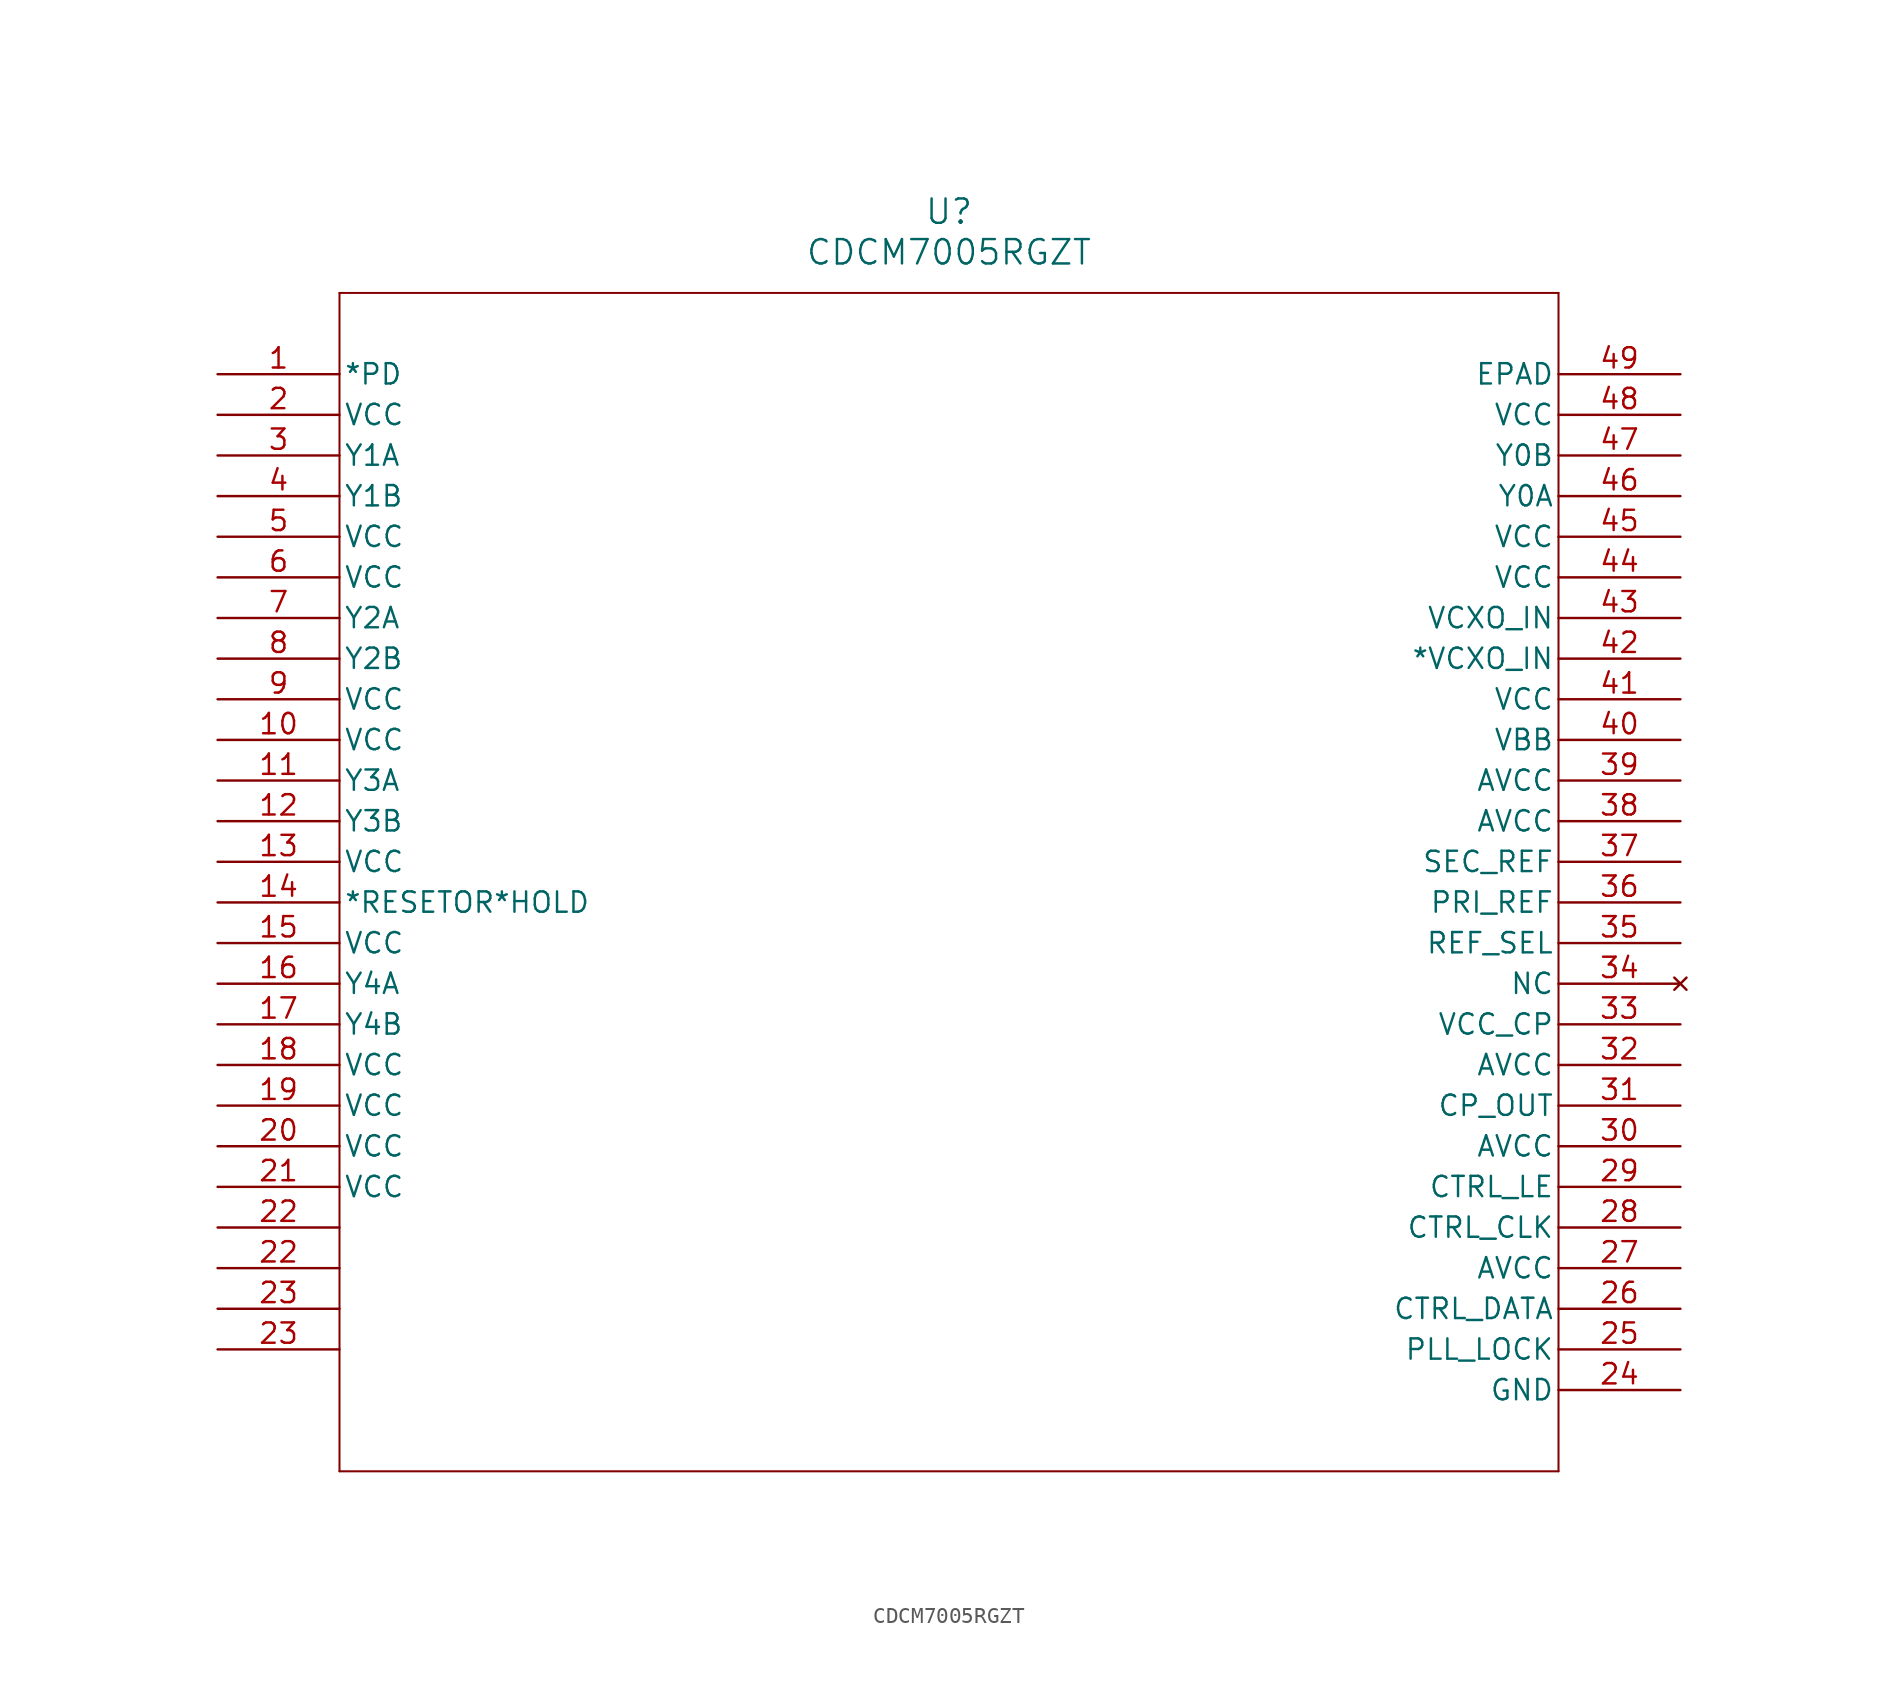
<source format=kicad_sym>
(kicad_symbol_lib
  (version 20220914)
  (generator kicad_symbol_editor)
  (symbol "CDCM7005RGZT"
    (pin_names
      (offset 0.254))
    (property "Reference" "U"
      (at 45.72 10.16 0)
      (effects (font (size 1.524 1.524))))
    (property "Value" "CDCM7005RGZT"
      (at 45.72 7.62 0)
      (effects (font (size 1.524 1.524))))
    (property "ki_locked" ""
      (at 0 0 0)
      (effects (font (size 1.27 1.27))))
    (symbol "CDCM7005RGZT_1_1"
      (polyline (pts (xy 7.62 -68.58) (xy 83.82 -68.58)) (stroke (width 0.127) (type default)) (fill (type none)))
      (polyline (pts (xy 7.62 5.08) (xy 7.62 -68.58)) (stroke (width 0.127) (type default)) (fill (type none)))
      (polyline (pts (xy 83.82 -68.58) (xy 83.82 5.08)) (stroke (width 0.127) (type default)) (fill (type none)))
      (polyline (pts (xy 83.82 5.08) (xy 7.62 5.08)) (stroke (width 0.127) (type default)) (fill (type none)))
      (pin input line (at 0 0 0) (length 7.62) (name "*PD" (effects (font (size 1.27 1.27)))) (number "1" (effects (font (size 1.27 1.27)))))
      (pin power_in line (at 0 -22.86 0) (length 7.62) (name "VCC" (effects (font (size 1.27 1.27)))) (number "10" (effects (font (size 1.27 1.27)))))
      (pin output line (at 0 -25.4 0) (length 7.62) (name "Y3A" (effects (font (size 1.27 1.27)))) (number "11" (effects (font (size 1.27 1.27)))))
      (pin output line (at 0 -27.94 0) (length 7.62) (name "Y3B" (effects (font (size 1.27 1.27)))) (number "12" (effects (font (size 1.27 1.27)))))
      (pin power_in line (at 0 -30.48 0) (length 7.62) (name "VCC" (effects (font (size 1.27 1.27)))) (number "13" (effects (font (size 1.27 1.27)))))
      (pin input line (at 0 -33.02 0) (length 7.62) (name "*RESETOR*HOLD" (effects (font (size 1.27 1.27)))) (number "14" (effects (font (size 1.27 1.27)))))
      (pin power_in line (at 0 -35.56 0) (length 7.62) (name "VCC" (effects (font (size 1.27 1.27)))) (number "15" (effects (font (size 1.27 1.27)))))
      (pin output line (at 0 -38.1 0) (length 7.62) (name "Y4A" (effects (font (size 1.27 1.27)))) (number "16" (effects (font (size 1.27 1.27)))))
      (pin output line (at 0 -40.64 0) (length 7.62) (name "Y4B" (effects (font (size 1.27 1.27)))) (number "17" (effects (font (size 1.27 1.27)))))
      (pin power_in line (at 0 -43.18 0) (length 7.62) (name "VCC" (effects (font (size 1.27 1.27)))) (number "18" (effects (font (size 1.27 1.27)))))
      (pin power_in line (at 0 -45.72 0) (length 7.62) (name "VCC" (effects (font (size 1.27 1.27)))) (number "19" (effects (font (size 1.27 1.27)))))
      (pin power_in line (at 0 -2.54 0) (length 7.62) (name "VCC" (effects (font (size 1.27 1.27)))) (number "2" (effects (font (size 1.27 1.27)))))
      (pin power_in line (at 0 -48.26 0) (length 7.62) (name "VCC" (effects (font (size 1.27 1.27)))) (number "20" (effects (font (size 1.27 1.27)))))
      (pin power_in line (at 0 -50.8 0) (length 7.62) (name "VCC" (effects (font (size 1.27 1.27)))) (number "21" (effects (font (size 1.27 1.27)))))
      (pin unspecified line (at 0 -55.88 0) (length 7.62) (name "" (effects (font (size 1.27 1.27)))) (number "22" (effects (font (size 1.27 1.27)))))
      (pin unspecified line (at 0 -53.34 0) (length 7.62) (name "" (effects (font (size 1.27 1.27)))) (number "22" (effects (font (size 1.27 1.27)))))
      (pin unspecified line (at 0 -60.96 0) (length 7.62) (name "" (effects (font (size 1.27 1.27)))) (number "23" (effects (font (size 1.27 1.27)))))
      (pin unspecified line (at 0 -58.42 0) (length 7.62) (name "" (effects (font (size 1.27 1.27)))) (number "23" (effects (font (size 1.27 1.27)))))
      (pin power_in line (at 91.44 -63.5 180) (length 7.62) (name "GND" (effects (font (size 1.27 1.27)))) (number "24" (effects (font (size 1.27 1.27)))))
      (pin bidirectional line (at 91.44 -60.96 180) (length 7.62) (name "PLL_LOCK" (effects (font (size 1.27 1.27)))) (number "25" (effects (font (size 1.27 1.27)))))
      (pin input line (at 91.44 -58.42 180) (length 7.62) (name "CTRL_DATA" (effects (font (size 1.27 1.27)))) (number "26" (effects (font (size 1.27 1.27)))))
      (pin power_in line (at 91.44 -55.88 180) (length 7.62) (name "AVCC" (effects (font (size 1.27 1.27)))) (number "27" (effects (font (size 1.27 1.27)))))
      (pin input line (at 91.44 -53.34 180) (length 7.62) (name "CTRL_CLK" (effects (font (size 1.27 1.27)))) (number "28" (effects (font (size 1.27 1.27)))))
      (pin input line (at 91.44 -50.8 180) (length 7.62) (name "CTRL_LE" (effects (font (size 1.27 1.27)))) (number "29" (effects (font (size 1.27 1.27)))))
      (pin output line (at 0 -5.08 0) (length 7.62) (name "Y1A" (effects (font (size 1.27 1.27)))) (number "3" (effects (font (size 1.27 1.27)))))
      (pin power_in line (at 91.44 -48.26 180) (length 7.62) (name "AVCC" (effects (font (size 1.27 1.27)))) (number "30" (effects (font (size 1.27 1.27)))))
      (pin output line (at 91.44 -45.72 180) (length 7.62) (name "CP_OUT" (effects (font (size 1.27 1.27)))) (number "31" (effects (font (size 1.27 1.27)))))
      (pin power_in line (at 91.44 -43.18 180) (length 7.62) (name "AVCC" (effects (font (size 1.27 1.27)))) (number "32" (effects (font (size 1.27 1.27)))))
      (pin power_in line (at 91.44 -40.64 180) (length 7.62) (name "VCC_CP" (effects (font (size 1.27 1.27)))) (number "33" (effects (font (size 1.27 1.27)))))
      (pin no_connect line (at 91.44 -38.1 180) (length 7.62) (name "NC" (effects (font (size 1.27 1.27)))) (number "34" (effects (font (size 1.27 1.27)))))
      (pin input line (at 91.44 -35.56 180) (length 7.62) (name "REF_SEL" (effects (font (size 1.27 1.27)))) (number "35" (effects (font (size 1.27 1.27)))))
      (pin input line (at 91.44 -33.02 180) (length 7.62) (name "PRI_REF" (effects (font (size 1.27 1.27)))) (number "36" (effects (font (size 1.27 1.27)))))
      (pin input line (at 91.44 -30.48 180) (length 7.62) (name "SEC_REF" (effects (font (size 1.27 1.27)))) (number "37" (effects (font (size 1.27 1.27)))))
      (pin power_in line (at 91.44 -27.94 180) (length 7.62) (name "AVCC" (effects (font (size 1.27 1.27)))) (number "38" (effects (font (size 1.27 1.27)))))
      (pin power_in line (at 91.44 -25.4 180) (length 7.62) (name "AVCC" (effects (font (size 1.27 1.27)))) (number "39" (effects (font (size 1.27 1.27)))))
      (pin output line (at 0 -7.62 0) (length 7.62) (name "Y1B" (effects (font (size 1.27 1.27)))) (number "4" (effects (font (size 1.27 1.27)))))
      (pin power_in line (at 91.44 -22.86 180) (length 7.62) (name "VBB" (effects (font (size 1.27 1.27)))) (number "40" (effects (font (size 1.27 1.27)))))
      (pin power_in line (at 91.44 -20.32 180) (length 7.62) (name "VCC" (effects (font (size 1.27 1.27)))) (number "41" (effects (font (size 1.27 1.27)))))
      (pin input line (at 91.44 -17.78 180) (length 7.62) (name "*VCXO_IN" (effects (font (size 1.27 1.27)))) (number "42" (effects (font (size 1.27 1.27)))))
      (pin input line (at 91.44 -15.24 180) (length 7.62) (name "VCXO_IN" (effects (font (size 1.27 1.27)))) (number "43" (effects (font (size 1.27 1.27)))))
      (pin power_in line (at 91.44 -12.7 180) (length 7.62) (name "VCC" (effects (font (size 1.27 1.27)))) (number "44" (effects (font (size 1.27 1.27)))))
      (pin power_in line (at 91.44 -10.16 180) (length 7.62) (name "VCC" (effects (font (size 1.27 1.27)))) (number "45" (effects (font (size 1.27 1.27)))))
      (pin output line (at 91.44 -7.62 180) (length 7.62) (name "Y0A" (effects (font (size 1.27 1.27)))) (number "46" (effects (font (size 1.27 1.27)))))
      (pin output line (at 91.44 -5.08 180) (length 7.62) (name "Y0B" (effects (font (size 1.27 1.27)))) (number "47" (effects (font (size 1.27 1.27)))))
      (pin power_in line (at 91.44 -2.54 180) (length 7.62) (name "VCC" (effects (font (size 1.27 1.27)))) (number "48" (effects (font (size 1.27 1.27)))))
      (pin power_in line (at 91.44 0 180) (length 7.62) (name "EPAD" (effects (font (size 1.27 1.27)))) (number "49" (effects (font (size 1.27 1.27)))))
      (pin power_in line (at 0 -10.16 0) (length 7.62) (name "VCC" (effects (font (size 1.27 1.27)))) (number "5" (effects (font (size 1.27 1.27)))))
      (pin power_in line (at 0 -12.7 0) (length 7.62) (name "VCC" (effects (font (size 1.27 1.27)))) (number "6" (effects (font (size 1.27 1.27)))))
      (pin output line (at 0 -15.24 0) (length 7.62) (name "Y2A" (effects (font (size 1.27 1.27)))) (number "7" (effects (font (size 1.27 1.27)))))
      (pin output line (at 0 -17.78 0) (length 7.62) (name "Y2B" (effects (font (size 1.27 1.27)))) (number "8" (effects (font (size 1.27 1.27)))))
      (pin power_in line (at 0 -20.32 0) (length 7.62) (name "VCC" (effects (font (size 1.27 1.27)))) (number "9" (effects (font (size 1.27 1.27))))))))
</source>
